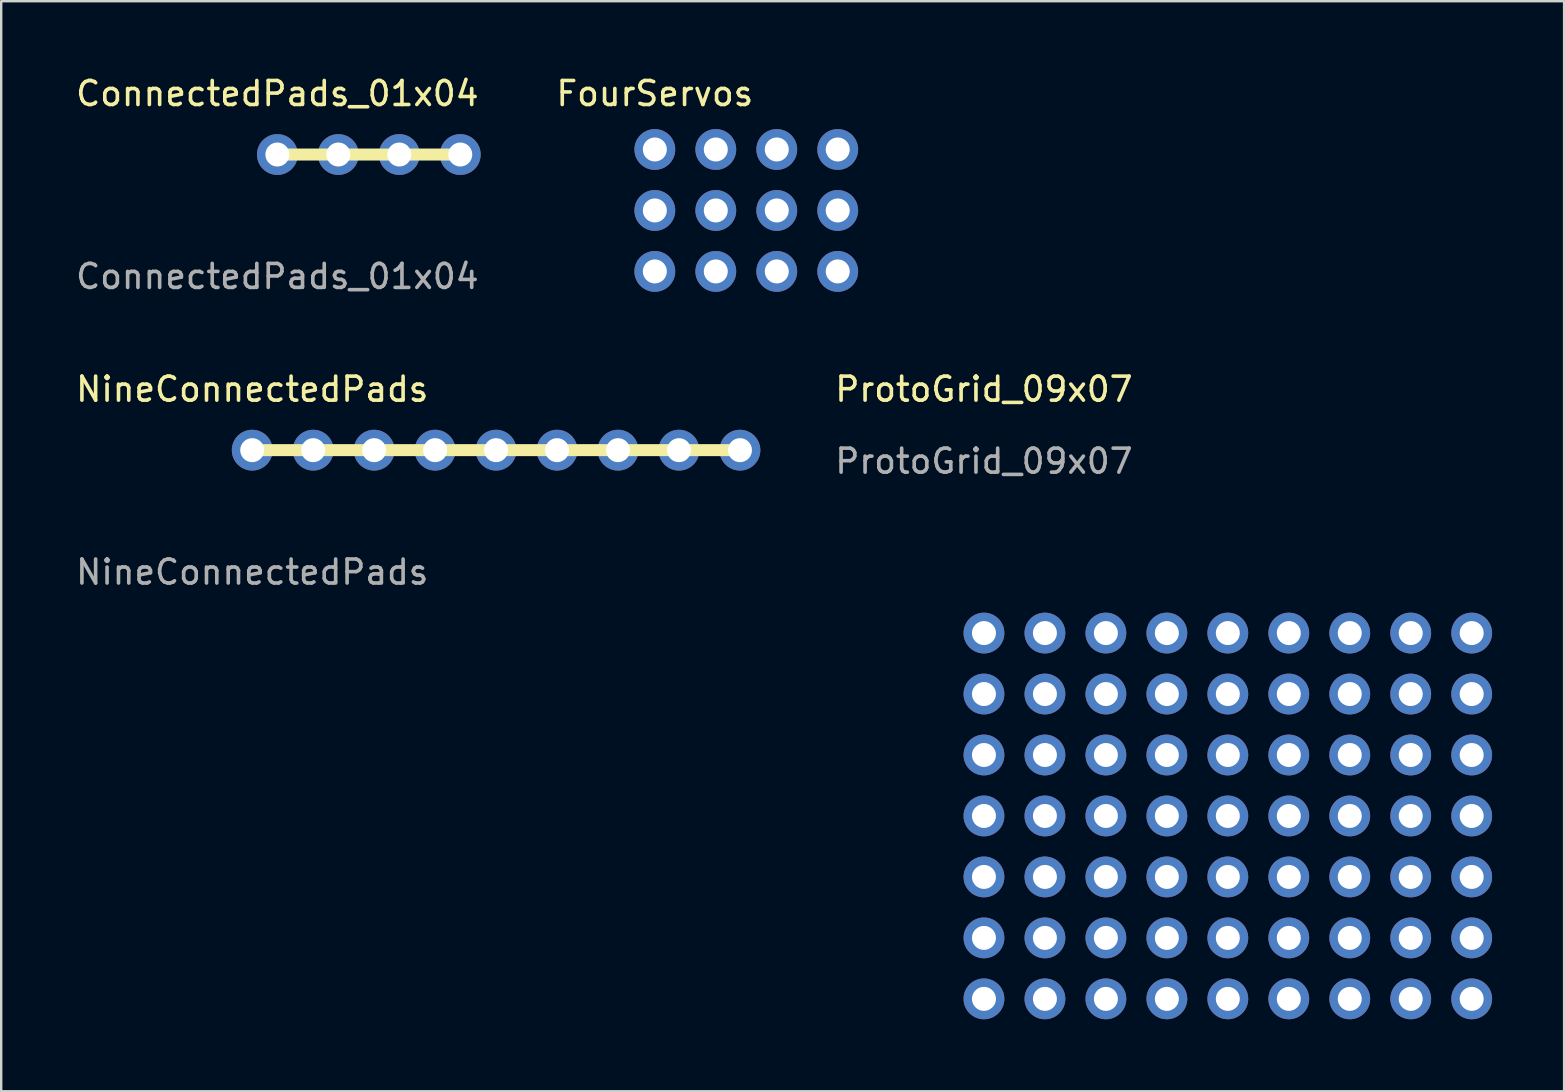
<source format=kicad_pcb>
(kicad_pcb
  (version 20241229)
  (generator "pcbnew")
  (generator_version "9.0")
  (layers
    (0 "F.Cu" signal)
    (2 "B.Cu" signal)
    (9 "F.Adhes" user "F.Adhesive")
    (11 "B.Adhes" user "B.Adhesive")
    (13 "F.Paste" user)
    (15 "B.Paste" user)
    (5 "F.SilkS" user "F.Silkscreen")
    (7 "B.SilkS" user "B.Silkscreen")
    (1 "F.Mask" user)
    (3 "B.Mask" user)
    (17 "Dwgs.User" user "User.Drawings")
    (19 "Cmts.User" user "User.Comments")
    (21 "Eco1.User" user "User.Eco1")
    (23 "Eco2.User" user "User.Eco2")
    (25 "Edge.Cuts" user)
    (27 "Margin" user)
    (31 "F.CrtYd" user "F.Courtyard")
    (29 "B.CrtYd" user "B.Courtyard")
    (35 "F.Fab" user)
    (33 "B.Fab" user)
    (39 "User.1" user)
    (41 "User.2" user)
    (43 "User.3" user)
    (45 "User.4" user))
  (footprint "NineConnectedPads"
    (layer "F.Cu")
    (at 7.458 15.705)
    (property "Reference" "NineConnectedPads" (at 0 -2.54 0) (unlocked yes) (layer "F.SilkS") (effects (font (size 1 1) (thickness 0.15))))
    (attr through_hole)
    (fp_line (start 0 0) (end 20.32 0) (stroke (width 0.5) (type default)) (layer "B.Mask"))
    (fp_line (start 20.32 0) (end 0 0) (stroke (width 0.5) (type default)) (layer "F.SilkS"))
    (fp_text user "${REFERENCE}" (at 0 5.08 0) (unlocked yes) (layer "F.Fab") (effects (font (size 1 1) (thickness 0.15))))
    (pad "1" thru_hole circle (at 0 0) (size 1.7 1.7) (drill 1) (layers "*.Cu" "*.Mask"))
    (pad "1" thru_hole circle (at 2.54 0) (size 1.7 1.7) (drill 1) (layers "*.Cu" "*.Mask"))
    (pad "1" thru_hole circle (at 5.08 0) (size 1.7 1.7) (drill 1) (layers "*.Cu" "*.Mask"))
    (pad "1" thru_hole circle (at 7.62 0) (size 1.7 1.7) (drill 1) (layers "*.Cu" "*.Mask"))
    (pad "1" thru_hole circle (at 10.16 0) (size 1.7 1.7) (drill 1) (layers "*.Cu" "*.Mask"))
    (pad "1" thru_hole circle (at 12.7 0) (size 1.7 1.7) (drill 1) (layers "*.Cu" "*.Mask"))
    (pad "1" thru_hole circle (at 15.24 0) (size 1.7 1.7) (drill 1) (layers "*.Cu" "*.Mask"))
    (pad "1" thru_hole circle (at 17.78 0) (size 1.7 1.7) (drill 1) (layers "*.Cu" "*.Mask"))
    (pad "1" thru_hole circle (at 20.32 0) (size 1.7 1.7) (drill 1) (layers "*.Cu" "*.Mask")))
  (footprint "ProtoGrid_09x07"
    (layer "F.Cu")
    (at 37.944 23.325)
    (property "Reference" "ProtoGrid_09x07" (at 0 -10.16 0) (unlocked yes) (layer "F.SilkS") (effects (font (size 1 1) (thickness 0.15))))
    (attr through_hole)
    (fp_text user "${REFERENCE}" (at 0 -7.16 0) (unlocked yes) (layer "F.Fab") (effects (font (size 1 1) (thickness 0.15))))
    (pad "1" thru_hole circle (at 0 0) (size 1.7 1.7) (drill 1) (layers "*.Cu" "*.Mask"))
    (pad "2" thru_hole circle (at 0 2.54) (size 1.7 1.7) (drill 1) (layers "*.Cu" "*.Mask"))
    (pad "3" thru_hole circle (at 0 5.08) (size 1.7 1.7) (drill 1) (layers "*.Cu" "*.Mask"))
    (pad "4" thru_hole circle (at 0 7.62) (size 1.7 1.7) (drill 1) (layers "*.Cu" "*.Mask"))
    (pad "5" thru_hole circle (at 0 10.16) (size 1.7 1.7) (drill 1) (layers "*.Cu" "*.Mask"))
    (pad "6" thru_hole circle (at 0 12.7) (size 1.7 1.7) (drill 1) (layers "*.Cu" "*.Mask"))
    (pad "7" thru_hole circle (at 0 15.24) (size 1.7 1.7) (drill 1) (layers "*.Cu" "*.Mask"))
    (pad "8" thru_hole circle (at 2.54 0) (size 1.7 1.7) (drill 1) (layers "*.Cu" "*.Mask"))
    (pad "9" thru_hole circle (at 2.54 2.54) (size 1.7 1.7) (drill 1) (layers "*.Cu" "*.Mask"))
    (pad "10" thru_hole circle (at 2.54 5.08) (size 1.7 1.7) (drill 1) (layers "*.Cu" "*.Mask"))
    (pad "11" thru_hole circle (at 2.54 7.62) (size 1.7 1.7) (drill 1) (layers "*.Cu" "*.Mask"))
    (pad "12" thru_hole circle (at 2.54 10.16) (size 1.7 1.7) (drill 1) (layers "*.Cu" "*.Mask"))
    (pad "13" thru_hole circle (at 2.54 12.7) (size 1.7 1.7) (drill 1) (layers "*.Cu" "*.Mask"))
    (pad "14" thru_hole circle (at 2.54 15.24) (size 1.7 1.7) (drill 1) (layers "*.Cu" "*.Mask"))
    (pad "15" thru_hole circle (at 5.08 0) (size 1.7 1.7) (drill 1) (layers "*.Cu" "*.Mask"))
    (pad "16" thru_hole circle (at 5.08 2.54) (size 1.7 1.7) (drill 1) (layers "*.Cu" "*.Mask"))
    (pad "17" thru_hole circle (at 5.08 5.08) (size 1.7 1.7) (drill 1) (layers "*.Cu" "*.Mask"))
    (pad "18" thru_hole circle (at 5.08 7.62) (size 1.7 1.7) (drill 1) (layers "*.Cu" "*.Mask"))
    (pad "19" thru_hole circle (at 5.08 10.16) (size 1.7 1.7) (drill 1) (layers "*.Cu" "*.Mask"))
    (pad "20" thru_hole circle (at 5.08 12.7) (size 1.7 1.7) (drill 1) (layers "*.Cu" "*.Mask"))
    (pad "21" thru_hole circle (at 5.08 15.24) (size 1.7 1.7) (drill 1) (layers "*.Cu" "*.Mask"))
    (pad "22" thru_hole circle (at 7.62 0) (size 1.7 1.7) (drill 1) (layers "*.Cu" "*.Mask"))
    (pad "23" thru_hole circle (at 7.62 2.54) (size 1.7 1.7) (drill 1) (layers "*.Cu" "*.Mask"))
    (pad "24" thru_hole circle (at 7.62 5.08) (size 1.7 1.7) (drill 1) (layers "*.Cu" "*.Mask"))
    (pad "25" thru_hole circle (at 7.62 7.62) (size 1.7 1.7) (drill 1) (layers "*.Cu" "*.Mask"))
    (pad "26" thru_hole circle (at 7.62 10.16) (size 1.7 1.7) (drill 1) (layers "*.Cu" "*.Mask"))
    (pad "27" thru_hole circle (at 7.62 12.7) (size 1.7 1.7) (drill 1) (layers "*.Cu" "*.Mask"))
    (pad "28" thru_hole circle (at 7.62 15.24) (size 1.7 1.7) (drill 1) (layers "*.Cu" "*.Mask"))
    (pad "29" thru_hole circle (at 10.16 0) (size 1.7 1.7) (drill 1) (layers "*.Cu" "*.Mask"))
    (pad "30" thru_hole circle (at 10.16 2.54) (size 1.7 1.7) (drill 1) (layers "*.Cu" "*.Mask"))
    (pad "31" thru_hole circle (at 10.16 5.08) (size 1.7 1.7) (drill 1) (layers "*.Cu" "*.Mask"))
    (pad "32" thru_hole circle (at 10.16 7.62) (size 1.7 1.7) (drill 1) (layers "*.Cu" "*.Mask"))
    (pad "33" thru_hole circle (at 10.16 10.16) (size 1.7 1.7) (drill 1) (layers "*.Cu" "*.Mask"))
    (pad "34" thru_hole circle (at 10.16 12.7) (size 1.7 1.7) (drill 1) (layers "*.Cu" "*.Mask"))
    (pad "35" thru_hole circle (at 10.16 15.24) (size 1.7 1.7) (drill 1) (layers "*.Cu" "*.Mask"))
    (pad "36" thru_hole circle (at 12.7 0) (size 1.7 1.7) (drill 1) (layers "*.Cu" "*.Mask"))
    (pad "37" thru_hole circle (at 12.7 2.54) (size 1.7 1.7) (drill 1) (layers "*.Cu" "*.Mask"))
    (pad "38" thru_hole circle (at 12.7 5.08) (size 1.7 1.7) (drill 1) (layers "*.Cu" "*.Mask"))
    (pad "39" thru_hole circle (at 12.7 7.62) (size 1.7 1.7) (drill 1) (layers "*.Cu" "*.Mask"))
    (pad "40" thru_hole circle (at 12.7 10.16) (size 1.7 1.7) (drill 1) (layers "*.Cu" "*.Mask"))
    (pad "41" thru_hole circle (at 12.7 12.7) (size 1.7 1.7) (drill 1) (layers "*.Cu" "*.Mask"))
    (pad "42" thru_hole circle (at 12.7 15.24) (size 1.7 1.7) (drill 1) (layers "*.Cu" "*.Mask"))
    (pad "43" thru_hole circle (at 15.24 0) (size 1.7 1.7) (drill 1) (layers "*.Cu" "*.Mask"))
    (pad "44" thru_hole circle (at 15.24 2.54) (size 1.7 1.7) (drill 1) (layers "*.Cu" "*.Mask"))
    (pad "45" thru_hole circle (at 15.24 5.08) (size 1.7 1.7) (drill 1) (layers "*.Cu" "*.Mask"))
    (pad "46" thru_hole circle (at 15.24 7.62) (size 1.7 1.7) (drill 1) (layers "*.Cu" "*.Mask"))
    (pad "47" thru_hole circle (at 15.24 10.16) (size 1.7 1.7) (drill 1) (layers "*.Cu" "*.Mask"))
    (pad "48" thru_hole circle (at 15.24 12.7) (size 1.7 1.7) (drill 1) (layers "*.Cu" "*.Mask"))
    (pad "49" thru_hole circle (at 15.24 15.24) (size 1.7 1.7) (drill 1) (layers "*.Cu" "*.Mask"))
    (pad "50" thru_hole circle (at 17.78 0) (size 1.7 1.7) (drill 1) (layers "*.Cu" "*.Mask"))
    (pad "51" thru_hole circle (at 17.78 2.54) (size 1.7 1.7) (drill 1) (layers "*.Cu" "*.Mask"))
    (pad "52" thru_hole circle (at 17.78 5.08) (size 1.7 1.7) (drill 1) (layers "*.Cu" "*.Mask"))
    (pad "53" thru_hole circle (at 17.78 7.62) (size 1.7 1.7) (drill 1) (layers "*.Cu" "*.Mask"))
    (pad "54" thru_hole circle (at 17.78 10.16) (size 1.7 1.7) (drill 1) (layers "*.Cu" "*.Mask"))
    (pad "55" thru_hole circle (at 17.78 12.7) (size 1.7 1.7) (drill 1) (layers "*.Cu" "*.Mask"))
    (pad "56" thru_hole circle (at 17.78 15.24) (size 1.7 1.7) (drill 1) (layers "*.Cu" "*.Mask"))
    (pad "57" thru_hole circle (at 20.32 0) (size 1.7 1.7) (drill 1) (layers "*.Cu" "*.Mask"))
    (pad "58" thru_hole circle (at 20.32 2.54) (size 1.7 1.7) (drill 1) (layers "*.Cu" "*.Mask"))
    (pad "59" thru_hole circle (at 20.32 5.08) (size 1.7 1.7) (drill 1) (layers "*.Cu" "*.Mask"))
    (pad "60" thru_hole circle (at 20.32 7.62) (size 1.7 1.7) (drill 1) (layers "*.Cu" "*.Mask"))
    (pad "61" thru_hole circle (at 20.32 10.16) (size 1.7 1.7) (drill 1) (layers "*.Cu" "*.Mask"))
    (pad "62" thru_hole circle (at 20.32 12.7) (size 1.7 1.7) (drill 1) (layers "*.Cu" "*.Mask"))
    (pad "63" thru_hole circle (at 20.32 15.24) (size 1.7 1.7) (drill 1) (layers "*.Cu" "*.Mask")))
  (footprint "ConnectedPads_01x04"
    (layer "F.Cu")
    (at 8.506 3.388)
    (property "Reference" "ConnectedPads_01x04" (at 0 -2.54 0) (unlocked yes) (layer "F.SilkS") (effects (font (size 1 1) (thickness 0.15))))
    (attr through_hole)
    (fp_line (start 0 0) (end 7.62 0) (stroke (width 0.5) (type default)) (layer "B.Mask"))
    (fp_line (start 7.62 0) (end 0 0) (stroke (width 0.5) (type default)) (layer "F.SilkS"))
    (fp_text user "${REFERENCE}" (at 0 5.08 0) (unlocked yes) (layer "F.Fab") (effects (font (size 1 1) (thickness 0.15))))
    (pad "1" thru_hole circle (at 0 0) (size 1.7 1.7) (drill 1) (layers "*.Cu" "*.Mask"))
    (pad "1" thru_hole circle (at 2.54 0) (size 1.7 1.7) (drill 1) (layers "*.Cu" "*.Mask"))
    (pad "1" thru_hole circle (at 5.08 0) (size 1.7 1.7) (drill 1) (layers "*.Cu" "*.Mask"))
    (pad "1" thru_hole circle (at 7.62 0) (size 1.7 1.7) (drill 1) (layers "*.Cu" "*.Mask")))
  (footprint "FourServos"
    (layer "F.Cu")
    (at 24.232 3.178)
    (property "Reference" "FourServos" (at 0 -2.33 0) (layer "F.SilkS") (effects (font (size 1 1) (thickness 0.15))))
    (attr through_hole)
    (pad "1" thru_hole circle (at 0 0) (size 1.7 1.7) (drill 1) (layers "*.Cu" "*.Mask"))
    (pad "1" thru_hole circle (at 2.54 0) (size 1.7 1.7) (drill 1) (layers "*.Cu" "*.Mask"))
    (pad "1" thru_hole circle (at 5.08 0) (size 1.7 1.7) (drill 1) (layers "*.Cu" "*.Mask"))
    (pad "1" thru_hole circle (at 7.62 0) (size 1.7 1.7) (drill 1) (layers "*.Cu" "*.Mask"))
    (pad "2" thru_hole oval (at 0 2.54) (size 1.7 1.7) (drill 1) (layers "*.Cu" "*.Mask"))
    (pad "2" thru_hole oval (at 2.54 2.54) (size 1.7 1.7) (drill 1) (layers "*.Cu" "*.Mask"))
    (pad "2" thru_hole oval (at 5.08 2.54) (size 1.7 1.7) (drill 1) (layers "*.Cu" "*.Mask"))
    (pad "2" thru_hole oval (at 7.62 2.54) (size 1.7 1.7) (drill 1) (layers "*.Cu" "*.Mask"))
    (pad "3" thru_hole oval (at 7.62 5.08) (size 1.7 1.7) (drill 1) (layers "*.Cu" "*.Mask"))
    (pad "4" thru_hole oval (at 5.08 5.08) (size 1.7 1.7) (drill 1) (layers "*.Cu" "*.Mask"))
    (pad "5" thru_hole oval (at 2.54 5.08) (size 1.7 1.7) (drill 1) (layers "*.Cu" "*.Mask"))
    (pad "6" thru_hole oval (at 0 5.08) (size 1.7 1.7) (drill 1) (layers "*.Cu" "*.Mask")))
  (gr_rect
    (start -3 -3)
    (end 62.114 42.415)
    (stroke (width 0.1) (type default))
    (fill no)
    (layer "Edge.Cuts")))
</source>
